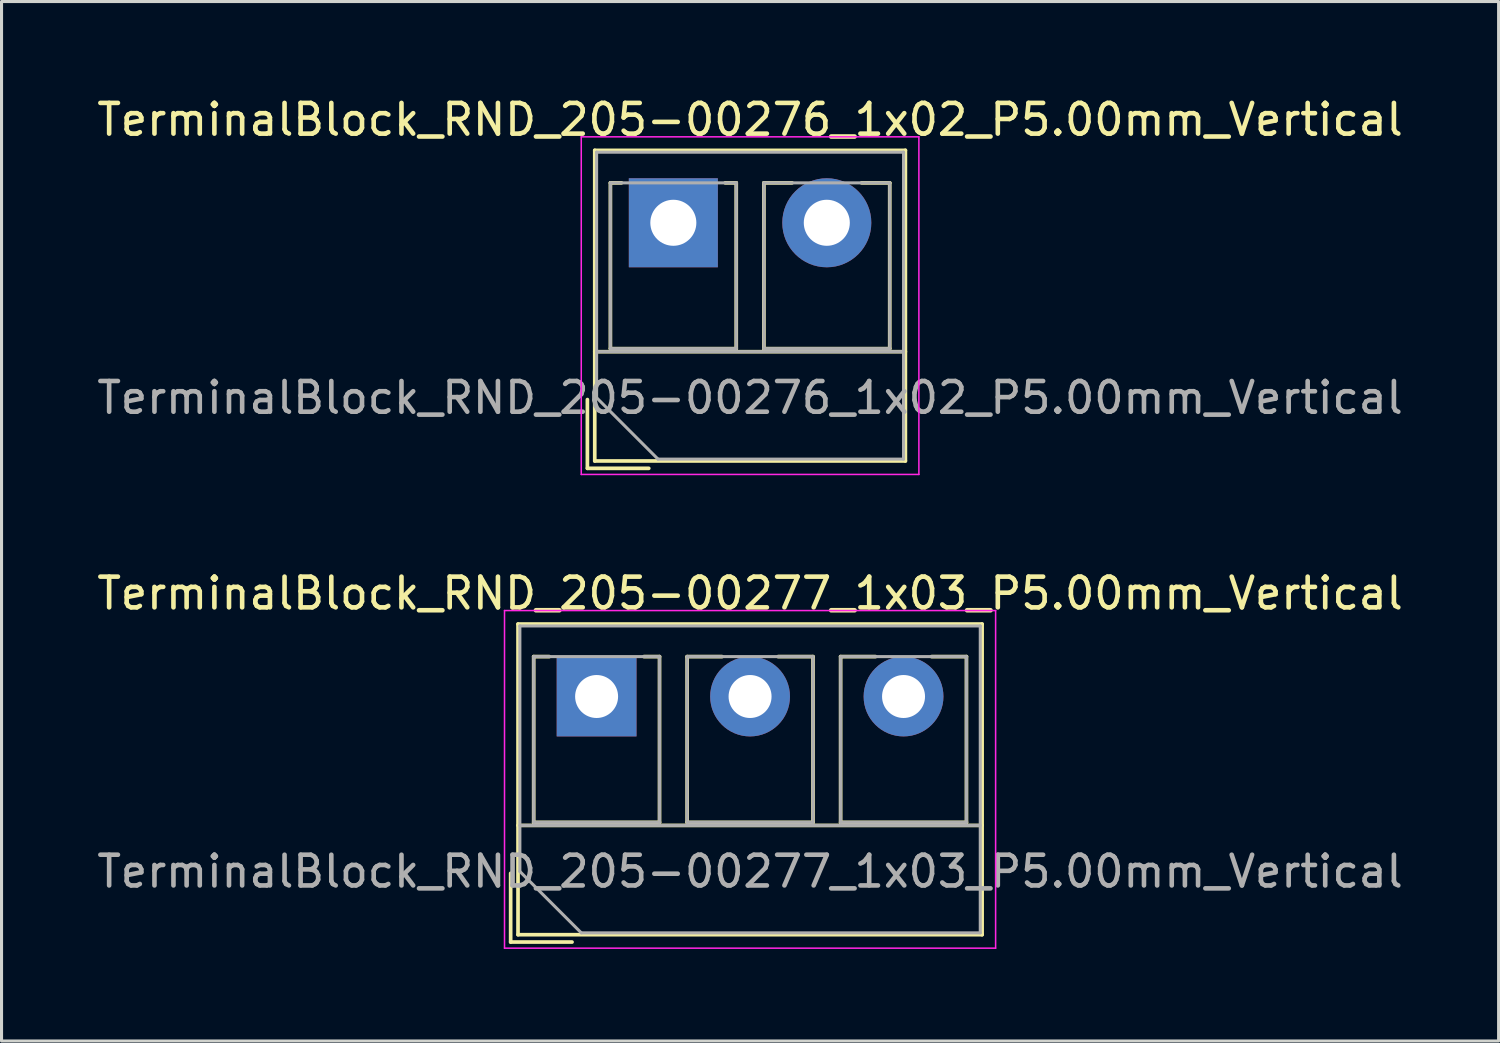
<source format=kicad_pcb>
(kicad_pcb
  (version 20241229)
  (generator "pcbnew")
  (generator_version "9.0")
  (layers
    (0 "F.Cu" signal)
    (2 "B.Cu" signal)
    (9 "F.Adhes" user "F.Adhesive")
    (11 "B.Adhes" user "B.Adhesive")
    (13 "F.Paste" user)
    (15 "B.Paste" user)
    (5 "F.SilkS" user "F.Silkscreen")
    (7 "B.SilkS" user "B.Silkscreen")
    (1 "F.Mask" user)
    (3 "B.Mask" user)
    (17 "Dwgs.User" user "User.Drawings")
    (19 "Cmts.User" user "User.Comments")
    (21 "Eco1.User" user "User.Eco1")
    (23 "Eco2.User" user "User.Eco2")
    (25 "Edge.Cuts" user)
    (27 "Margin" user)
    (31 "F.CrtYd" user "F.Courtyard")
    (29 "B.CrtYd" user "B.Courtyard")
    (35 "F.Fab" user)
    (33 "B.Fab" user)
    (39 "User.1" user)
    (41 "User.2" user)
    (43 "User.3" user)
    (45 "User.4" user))
  (footprint "TerminalBlock_RND_205-00276_1x02_P5.00mm_Vertical"
    (layer "F.Cu")
    (at 18.887 4.208)
    (property "Reference" "TerminalBlock_RND_205-00276_1x02_P5.00mm_Vertical" (at 2.5 -3.36 0) (layer "F.SilkS") (effects (font (size 1 1) (thickness 0.15))))
    (attr through_hole)
    (fp_line (start -2.8 5.76) (end -2.8 8) (stroke (width 0.12) (type solid)) (layer "F.SilkS"))
    (fp_line (start -2.8 8) (end -0.8 8) (stroke (width 0.12) (type solid)) (layer "F.SilkS"))
    (fp_line (start -2.56 -2.36) (end -2.56 7.76) (stroke (width 0.12) (type solid)) (layer "F.SilkS"))
    (fp_line (start -2.56 -2.36) (end 7.56 -2.36) (stroke (width 0.12) (type solid)) (layer "F.SilkS"))
    (fp_line (start -2.56 4.2) (end 7.56 4.2) (stroke (width 0.12) (type solid)) (layer "F.SilkS"))
    (fp_line (start -2.56 7.76) (end 7.56 7.76) (stroke (width 0.12) (type solid)) (layer "F.SilkS"))
    (fp_line (start -2.05 -1.3) (end -2.05 4.1) (stroke (width 0.12) (type solid)) (layer "F.SilkS"))
    (fp_line (start -2.05 -1.3) (end -1.69 -1.3) (stroke (width 0.12) (type solid)) (layer "F.SilkS"))
    (fp_line (start -2.05 4.1) (end 2.05 4.1) (stroke (width 0.12) (type solid)) (layer "F.SilkS"))
    (fp_line (start 1.69 -1.3) (end 2.05 -1.3) (stroke (width 0.12) (type solid)) (layer "F.SilkS"))
    (fp_line (start 2.05 -1.3) (end 2.05 4.1) (stroke (width 0.12) (type solid)) (layer "F.SilkS"))
    (fp_line (start 2.95 -1.3) (end 2.95 4.1) (stroke (width 0.12) (type solid)) (layer "F.SilkS"))
    (fp_line (start 2.95 -1.3) (end 3.868 -1.3) (stroke (width 0.12) (type solid)) (layer "F.SilkS"))
    (fp_line (start 2.95 4.1) (end 7.05 4.1) (stroke (width 0.12) (type solid)) (layer "F.SilkS"))
    (fp_line (start 6.133 -1.3) (end 7.05 -1.3) (stroke (width 0.12) (type solid)) (layer "F.SilkS"))
    (fp_line (start 7.05 -1.3) (end 7.05 4.1) (stroke (width 0.12) (type solid)) (layer "F.SilkS"))
    (fp_line (start 7.56 -2.36) (end 7.56 7.76) (stroke (width 0.12) (type solid)) (layer "F.SilkS"))
    (fp_line (start -3 -2.8) (end -3 8.2) (stroke (width 0.05) (type solid)) (layer "F.CrtYd"))
    (fp_line (start -3 8.2) (end 8 8.2) (stroke (width 0.05) (type solid)) (layer "F.CrtYd"))
    (fp_line (start 8 -2.8) (end -3 -2.8) (stroke (width 0.05) (type solid)) (layer "F.CrtYd"))
    (fp_line (start 8 8.2) (end 8 -2.8) (stroke (width 0.05) (type solid)) (layer "F.CrtYd"))
    (fp_line (start -2.5 -2.3) (end 7.5 -2.3) (stroke (width 0.1) (type solid)) (layer "F.Fab"))
    (fp_line (start -2.5 4.2) (end 7.5 4.2) (stroke (width 0.1) (type solid)) (layer "F.Fab"))
    (fp_line (start -2.5 5.7) (end -2.5 -2.3) (stroke (width 0.1) (type solid)) (layer "F.Fab"))
    (fp_line (start -2.05 -1.3) (end -2.05 4.1) (stroke (width 0.1) (type solid)) (layer "F.Fab"))
    (fp_line (start -2.05 4.1) (end 2.05 4.1) (stroke (width 0.1) (type solid)) (layer "F.Fab"))
    (fp_line (start -0.5 7.7) (end -2.5 5.7) (stroke (width 0.1) (type solid)) (layer "F.Fab"))
    (fp_line (start 2.05 -1.3) (end -2.05 -1.3) (stroke (width 0.1) (type solid)) (layer "F.Fab"))
    (fp_line (start 2.05 4.1) (end 2.05 -1.3) (stroke (width 0.1) (type solid)) (layer "F.Fab"))
    (fp_line (start 2.95 -1.3) (end 2.95 4.1) (stroke (width 0.1) (type solid)) (layer "F.Fab"))
    (fp_line (start 2.95 4.1) (end 7.05 4.1) (stroke (width 0.1) (type solid)) (layer "F.Fab"))
    (fp_line (start 7.05 -1.3) (end 2.95 -1.3) (stroke (width 0.1) (type solid)) (layer "F.Fab"))
    (fp_line (start 7.05 4.1) (end 7.05 -1.3) (stroke (width 0.1) (type solid)) (layer "F.Fab"))
    (fp_line (start 7.5 -2.3) (end 7.5 7.7) (stroke (width 0.1) (type solid)) (layer "F.Fab"))
    (fp_line (start 7.5 7.7) (end -0.5 7.7) (stroke (width 0.1) (type solid)) (layer "F.Fab"))
    (fp_text user "${REFERENCE}" (at 2.5 5.7 0) (layer "F.Fab") (effects (font (size 1 1) (thickness 0.15))))
    (pad "1" thru_hole rect (at 0 0) (size 2.9 2.9) (drill 1.5) (layers "*.Cu" "*.Mask"))
    (pad "2" thru_hole circle (at 5 0) (size 2.9 2.9) (drill 1.5) (layers "*.Cu" "*.Mask")))
  (footprint "TerminalBlock_RND_205-00277_1x03_P5.00mm_Vertical"
    (layer "F.Cu")
    (at 16.387 19.642)
    (property "Reference" "TerminalBlock_RND_205-00277_1x03_P5.00mm_Vertical" (at 5 -3.36 0) (layer "F.SilkS") (effects (font (size 1 1) (thickness 0.15))))
    (attr through_hole)
    (fp_line (start -2.8 5.76) (end -2.8 8) (stroke (width 0.12) (type solid)) (layer "F.SilkS"))
    (fp_line (start -2.8 8) (end -0.8 8) (stroke (width 0.12) (type solid)) (layer "F.SilkS"))
    (fp_line (start -2.56 -2.36) (end -2.56 7.76) (stroke (width 0.12) (type solid)) (layer "F.SilkS"))
    (fp_line (start -2.56 -2.36) (end 12.56 -2.36) (stroke (width 0.12) (type solid)) (layer "F.SilkS"))
    (fp_line (start -2.56 4.2) (end 12.56 4.2) (stroke (width 0.12) (type solid)) (layer "F.SilkS"))
    (fp_line (start -2.56 7.76) (end 12.56 7.76) (stroke (width 0.12) (type solid)) (layer "F.SilkS"))
    (fp_line (start -2.05 -1.3) (end -2.05 4.1) (stroke (width 0.12) (type solid)) (layer "F.SilkS"))
    (fp_line (start -2.05 -1.3) (end -1.54 -1.3) (stroke (width 0.12) (type solid)) (layer "F.SilkS"))
    (fp_line (start -2.05 4.1) (end 2.05 4.1) (stroke (width 0.12) (type solid)) (layer "F.SilkS"))
    (fp_line (start 1.54 -1.3) (end 2.05 -1.3) (stroke (width 0.12) (type solid)) (layer "F.SilkS"))
    (fp_line (start 2.05 -1.3) (end 2.05 4.1) (stroke (width 0.12) (type solid)) (layer "F.SilkS"))
    (fp_line (start 2.95 -1.3) (end 2.95 4.1) (stroke (width 0.12) (type solid)) (layer "F.SilkS"))
    (fp_line (start 2.95 -1.3) (end 4.088 -1.3) (stroke (width 0.12) (type solid)) (layer "F.SilkS"))
    (fp_line (start 2.95 4.1) (end 7.05 4.1) (stroke (width 0.12) (type solid)) (layer "F.SilkS"))
    (fp_line (start 5.913 -1.3) (end 7.05 -1.3) (stroke (width 0.12) (type solid)) (layer "F.SilkS"))
    (fp_line (start 7.05 -1.3) (end 7.05 4.1) (stroke (width 0.12) (type solid)) (layer "F.SilkS"))
    (fp_line (start 7.95 -1.3) (end 7.95 4.1) (stroke (width 0.12) (type solid)) (layer "F.SilkS"))
    (fp_line (start 7.95 -1.3) (end 9.088 -1.3) (stroke (width 0.12) (type solid)) (layer "F.SilkS"))
    (fp_line (start 7.95 4.1) (end 12.05 4.1) (stroke (width 0.12) (type solid)) (layer "F.SilkS"))
    (fp_line (start 10.913 -1.3) (end 12.05 -1.3) (stroke (width 0.12) (type solid)) (layer "F.SilkS"))
    (fp_line (start 12.05 -1.3) (end 12.05 4.1) (stroke (width 0.12) (type solid)) (layer "F.SilkS"))
    (fp_line (start 12.56 -2.36) (end 12.56 7.76) (stroke (width 0.12) (type solid)) (layer "F.SilkS"))
    (fp_line (start -3 -2.8) (end -3 8.2) (stroke (width 0.05) (type solid)) (layer "F.CrtYd"))
    (fp_line (start -3 8.2) (end 13 8.2) (stroke (width 0.05) (type solid)) (layer "F.CrtYd"))
    (fp_line (start 13 -2.8) (end -3 -2.8) (stroke (width 0.05) (type solid)) (layer "F.CrtYd"))
    (fp_line (start 13 8.2) (end 13 -2.8) (stroke (width 0.05) (type solid)) (layer "F.CrtYd"))
    (fp_line (start -2.5 -2.3) (end 12.5 -2.3) (stroke (width 0.1) (type solid)) (layer "F.Fab"))
    (fp_line (start -2.5 4.2) (end 12.5 4.2) (stroke (width 0.1) (type solid)) (layer "F.Fab"))
    (fp_line (start -2.5 5.7) (end -2.5 -2.3) (stroke (width 0.1) (type solid)) (layer "F.Fab"))
    (fp_line (start -2.05 -1.3) (end -2.05 4.1) (stroke (width 0.1) (type solid)) (layer "F.Fab"))
    (fp_line (start -2.05 4.1) (end 2.05 4.1) (stroke (width 0.1) (type solid)) (layer "F.Fab"))
    (fp_line (start -0.5 7.7) (end -2.5 5.7) (stroke (width 0.1) (type solid)) (layer "F.Fab"))
    (fp_line (start 2.05 -1.3) (end -2.05 -1.3) (stroke (width 0.1) (type solid)) (layer "F.Fab"))
    (fp_line (start 2.05 4.1) (end 2.05 -1.3) (stroke (width 0.1) (type solid)) (layer "F.Fab"))
    (fp_line (start 2.95 -1.3) (end 2.95 4.1) (stroke (width 0.1) (type solid)) (layer "F.Fab"))
    (fp_line (start 2.95 4.1) (end 7.05 4.1) (stroke (width 0.1) (type solid)) (layer "F.Fab"))
    (fp_line (start 7.05 -1.3) (end 2.95 -1.3) (stroke (width 0.1) (type solid)) (layer "F.Fab"))
    (fp_line (start 7.05 4.1) (end 7.05 -1.3) (stroke (width 0.1) (type solid)) (layer "F.Fab"))
    (fp_line (start 7.95 -1.3) (end 7.95 4.1) (stroke (width 0.1) (type solid)) (layer "F.Fab"))
    (fp_line (start 7.95 4.1) (end 12.05 4.1) (stroke (width 0.1) (type solid)) (layer "F.Fab"))
    (fp_line (start 12.05 -1.3) (end 7.95 -1.3) (stroke (width 0.1) (type solid)) (layer "F.Fab"))
    (fp_line (start 12.05 4.1) (end 12.05 -1.3) (stroke (width 0.1) (type solid)) (layer "F.Fab"))
    (fp_line (start 12.5 -2.3) (end 12.5 7.7) (stroke (width 0.1) (type solid)) (layer "F.Fab"))
    (fp_line (start 12.5 7.7) (end -0.5 7.7) (stroke (width 0.1) (type solid)) (layer "F.Fab"))
    (fp_text user "${REFERENCE}" (at 5 5.7 0) (layer "F.Fab") (effects (font (size 1 1) (thickness 0.15))))
    (pad "1" thru_hole rect (at 0 0) (size 2.6 2.6) (drill 1.4) (layers "*.Cu" "*.Mask"))
    (pad "2" thru_hole circle (at 5 0) (size 2.6 2.6) (drill 1.4) (layers "*.Cu" "*.Mask"))
    (pad "3" thru_hole circle (at 10 0) (size 2.6 2.6) (drill 1.4) (layers "*.Cu" "*.Mask")))
  (gr_rect
    (start -3 -3)
    (end 45.774 30.866)
    (stroke (width 0.1) (type default))
    (fill no)
    (layer "Edge.Cuts")))
</source>
